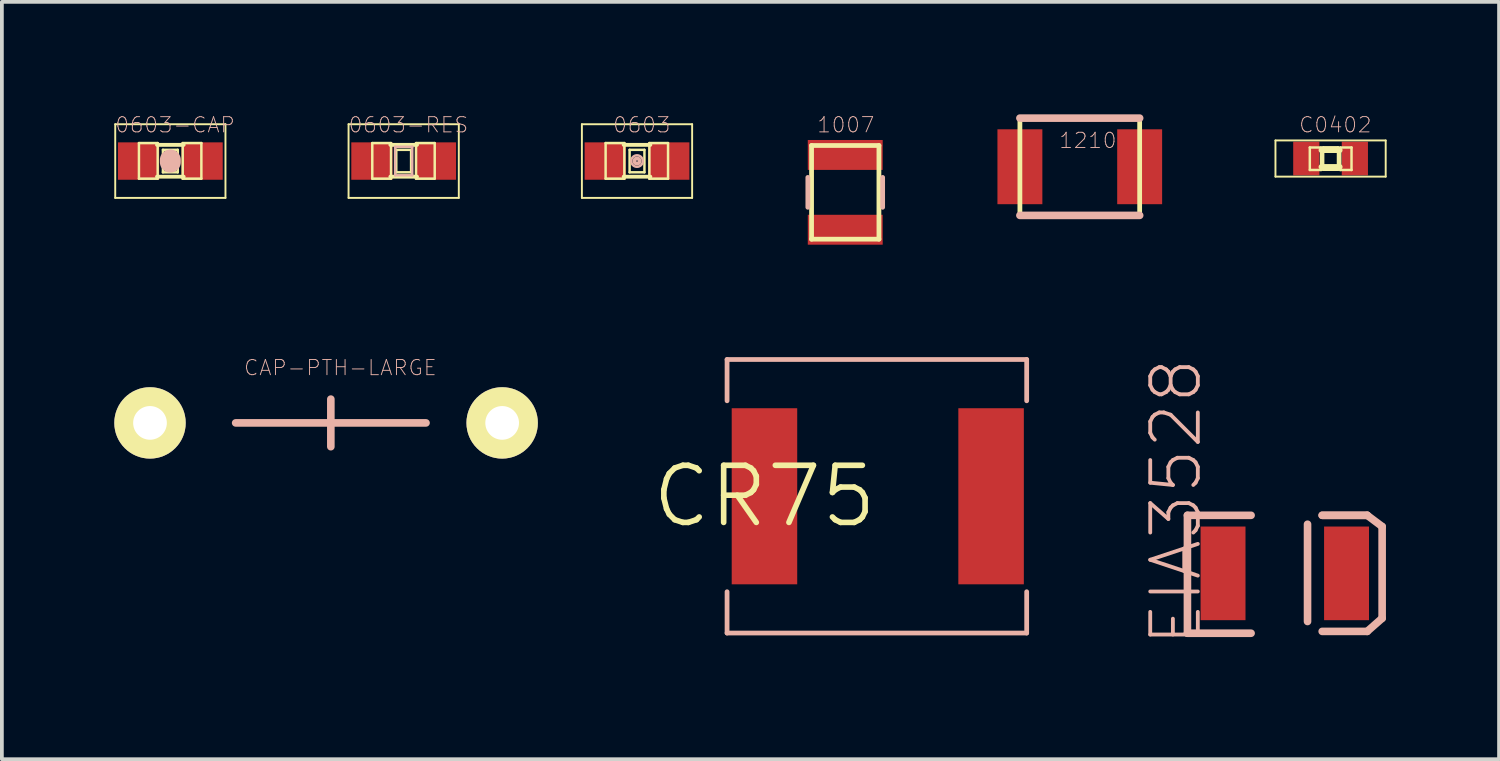
<source format=kicad_pcb>
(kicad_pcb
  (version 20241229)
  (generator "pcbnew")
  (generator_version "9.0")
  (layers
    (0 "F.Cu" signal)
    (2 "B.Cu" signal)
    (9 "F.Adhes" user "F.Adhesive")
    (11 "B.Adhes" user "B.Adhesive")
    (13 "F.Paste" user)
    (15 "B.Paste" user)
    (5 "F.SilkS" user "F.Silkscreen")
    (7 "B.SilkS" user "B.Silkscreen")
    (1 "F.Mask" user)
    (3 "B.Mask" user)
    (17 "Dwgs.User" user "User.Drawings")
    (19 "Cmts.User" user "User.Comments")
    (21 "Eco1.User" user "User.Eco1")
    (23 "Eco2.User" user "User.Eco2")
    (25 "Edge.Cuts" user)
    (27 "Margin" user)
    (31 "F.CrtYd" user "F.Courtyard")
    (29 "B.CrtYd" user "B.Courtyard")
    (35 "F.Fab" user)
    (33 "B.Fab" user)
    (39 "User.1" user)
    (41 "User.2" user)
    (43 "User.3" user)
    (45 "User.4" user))
  (footprint "1007"
    (layer "F.Cu")
    (at 19.507 2.083)
    (property "Reference" "1007" (at 0.015 -1.801 0) (layer "B.SilkS") (effects (font (size 0.406 0.406) (thickness 0.025))))
    (attr smd)
    (fp_line (start -0.899 -1.25) (end -0.899 1.25) (stroke (width 0.127) (type solid)) (layer "F.SilkS"))
    (fp_line (start -0.899 1.25) (end 0.899 1.25) (stroke (width 0.127) (type solid)) (layer "F.SilkS"))
    (fp_line (start 0.899 -1.25) (end -0.899 -1.25) (stroke (width 0.127) (type solid)) (layer "F.SilkS"))
    (fp_line (start 0.899 1.25) (end 0.899 -1.25) (stroke (width 0.127) (type solid)) (layer "F.SilkS"))
    (fp_line (start -0.998 0.399) (end -0.998 -0.399) (stroke (width 0.127) (type solid)) (layer "B.SilkS"))
    (fp_line (start 0.998 0.399) (end 0.998 -0.399) (stroke (width 0.127) (type solid)) (layer "B.SilkS"))
    (pad "1" smd rect (at 0 -0.998) (size 1.999 0.798) (layers "F.Cu" "F.Mask" "F.Paste"))
    (pad "2" smd rect (at 0 0.998) (size 1.999 0.798) (layers "F.Cu" "F.Mask" "F.Paste")))
  (footprint "CR75"
    (layer "F.Cu")
    (at 17.351 10.194)
    (property "Reference" "CR75" (at 0 0 0) (layer "F.SilkS") (effects (font (size 1.524 1.524) (thickness 0.15))))
    (attr smd)
    (fp_line (start -0.998 -3.65) (end -0.998 -2.548) (stroke (width 0.127) (type solid)) (layer "B.SilkS"))
    (fp_line (start -0.998 -3.65) (end 6.998 -3.65) (stroke (width 0.127) (type solid)) (layer "B.SilkS"))
    (fp_line (start -0.998 3.65) (end -0.998 2.548) (stroke (width 0.127) (type solid)) (layer "B.SilkS"))
    (fp_line (start -0.998 3.65) (end 6.998 3.65) (stroke (width 0.127) (type solid)) (layer "B.SilkS"))
    (fp_line (start 6.998 -3.65) (end 6.998 -2.548) (stroke (width 0.127) (type solid)) (layer "B.SilkS"))
    (fp_line (start 6.998 3.65) (end 6.998 2.548) (stroke (width 0.127) (type solid)) (layer "B.SilkS"))
    (pad "P$1" smd rect (at 0 0 90) (size 4.699 1.748) (layers "F.Cu" "F.Mask" "F.Paste"))
    (pad "P$2" smd rect (at 6.048 0 90) (size 4.699 1.748) (layers "F.Cu" "F.Mask" "F.Paste")))
  (footprint "0603"
    (layer "F.Cu")
    (at 13.95 1.248)
    (property "Reference" "0603" (at 0.127 -0.965 0) (layer "B.SilkS") (effects (font (size 0.406 0.406) (thickness 0.025))))
    (attr smd)
    (fp_line (start -1.471 -0.983) (end 1.471 -0.983) (stroke (width 0.051) (type solid)) (layer "F.SilkS"))
    (fp_line (start -1.471 0.983) (end -1.471 -0.983) (stroke (width 0.051) (type solid)) (layer "F.SilkS"))
    (fp_line (start -0.838 -0.48) (end -0.338 -0.48) (stroke (width 0.066) (type solid)) (layer "F.SilkS"))
    (fp_line (start -0.838 0.47) (end -0.838 -0.48) (stroke (width 0.066) (type solid)) (layer "F.SilkS"))
    (fp_line (start -0.838 0.47) (end -0.338 0.47) (stroke (width 0.066) (type solid)) (layer "F.SilkS"))
    (fp_line (start -0.356 -0.432) (end 0.356 -0.432) (stroke (width 0.102) (type solid)) (layer "F.SilkS"))
    (fp_line (start -0.356 0.417) (end 0.356 0.417) (stroke (width 0.102) (type solid)) (layer "F.SilkS"))
    (fp_line (start -0.338 0.47) (end -0.338 -0.48) (stroke (width 0.066) (type solid)) (layer "F.SilkS"))
    (fp_line (start -0.198 -0.3) (end 0.198 -0.3) (stroke (width 0.066) (type solid)) (layer "F.SilkS"))
    (fp_line (start -0.198 0.3) (end -0.198 -0.3) (stroke (width 0.066) (type solid)) (layer "F.SilkS"))
    (fp_line (start -0.198 0.3) (end 0.198 0.3) (stroke (width 0.066) (type solid)) (layer "F.SilkS"))
    (fp_line (start 0.198 0.3) (end 0.198 -0.3) (stroke (width 0.066) (type solid)) (layer "F.SilkS"))
    (fp_line (start 0.33 -0.48) (end 0.828 -0.48) (stroke (width 0.066) (type solid)) (layer "F.SilkS"))
    (fp_line (start 0.33 0.47) (end 0.33 -0.48) (stroke (width 0.066) (type solid)) (layer "F.SilkS"))
    (fp_line (start 0.33 0.47) (end 0.828 0.47) (stroke (width 0.066) (type solid)) (layer "F.SilkS"))
    (fp_line (start 0.828 0.47) (end 0.828 -0.48) (stroke (width 0.066) (type solid)) (layer "F.SilkS"))
    (fp_line (start 1.471 -0.983) (end 1.471 0.983) (stroke (width 0.051) (type solid)) (layer "F.SilkS"))
    (fp_line (start 1.471 0.983) (end -1.471 0.983) (stroke (width 0.051) (type solid)) (layer "F.SilkS"))
    (fp_circle (center 0 0) (end -0.109 0.109) (stroke (width 0.064) (type solid)) (fill no) (layer "B.SilkS"))
    (fp_circle (center 0 0) (end -0.064 0.064) (stroke (width 0.064) (type solid)) (fill no) (layer "B.SilkS"))
    (fp_circle (center 0 0) (end -0.013 0.013) (stroke (width 0.064) (type solid)) (fill no) (layer "B.SilkS"))
    (pad "1" smd rect (at -0.848 0) (size 1.1 0.998) (layers "F.Cu" "F.Mask" "F.Paste"))
    (pad "2" smd rect (at 0.848 0) (size 1.1 0.998) (layers "F.Cu" "F.Mask" "F.Paste")))
  (footprint "0603-RES"
    (layer "F.Cu")
    (at 7.723 1.248)
    (property "Reference" "0603-RES" (at 0.127 -0.965 0) (layer "B.SilkS") (effects (font (size 0.406 0.406) (thickness 0.025))))
    (attr smd)
    (fp_line (start -1.471 -0.983) (end 1.471 -0.983) (stroke (width 0.051) (type solid)) (layer "F.SilkS"))
    (fp_line (start -1.471 0.983) (end -1.471 -0.983) (stroke (width 0.051) (type solid)) (layer "F.SilkS"))
    (fp_line (start -0.838 -0.48) (end -0.338 -0.48) (stroke (width 0.066) (type solid)) (layer "F.SilkS"))
    (fp_line (start -0.838 0.47) (end -0.838 -0.48) (stroke (width 0.066) (type solid)) (layer "F.SilkS"))
    (fp_line (start -0.838 0.47) (end -0.338 0.47) (stroke (width 0.066) (type solid)) (layer "F.SilkS"))
    (fp_line (start -0.356 -0.432) (end 0.356 -0.432) (stroke (width 0.102) (type solid)) (layer "F.SilkS"))
    (fp_line (start -0.356 0.417) (end 0.356 0.417) (stroke (width 0.102) (type solid)) (layer "F.SilkS"))
    (fp_line (start -0.338 0.47) (end -0.338 -0.48) (stroke (width 0.066) (type solid)) (layer "F.SilkS"))
    (fp_line (start -0.198 -0.3) (end 0.198 -0.3) (stroke (width 0.066) (type solid)) (layer "F.SilkS"))
    (fp_line (start -0.198 0.3) (end -0.198 -0.3) (stroke (width 0.066) (type solid)) (layer "F.SilkS"))
    (fp_line (start -0.198 0.3) (end 0.198 0.3) (stroke (width 0.066) (type solid)) (layer "F.SilkS"))
    (fp_line (start 0.198 0.3) (end 0.198 -0.3) (stroke (width 0.066) (type solid)) (layer "F.SilkS"))
    (fp_line (start 0.33 -0.48) (end 0.828 -0.48) (stroke (width 0.066) (type solid)) (layer "F.SilkS"))
    (fp_line (start 0.33 0.47) (end 0.33 -0.48) (stroke (width 0.066) (type solid)) (layer "F.SilkS"))
    (fp_line (start 0.33 0.47) (end 0.828 0.47) (stroke (width 0.066) (type solid)) (layer "F.SilkS"))
    (fp_line (start 0.828 0.47) (end 0.828 -0.48) (stroke (width 0.066) (type solid)) (layer "F.SilkS"))
    (fp_line (start 1.471 -0.983) (end 1.471 0.983) (stroke (width 0.051) (type solid)) (layer "F.SilkS"))
    (fp_line (start 1.471 0.983) (end -1.471 0.983) (stroke (width 0.051) (type solid)) (layer "F.SilkS"))
    (fp_line (start -0.229 -0.381) (end 0.229 -0.381) (stroke (width 0.066) (type solid)) (layer "B.SilkS"))
    (fp_line (start -0.229 0.381) (end -0.229 -0.381) (stroke (width 0.066) (type solid)) (layer "B.SilkS"))
    (fp_line (start -0.229 0.381) (end 0.229 0.381) (stroke (width 0.066) (type solid)) (layer "B.SilkS"))
    (fp_line (start 0.229 0.381) (end 0.229 -0.381) (stroke (width 0.066) (type solid)) (layer "B.SilkS"))
    (pad "1" smd rect (at -0.848 0) (size 1.1 0.998) (layers "F.Cu" "F.Mask" "F.Paste"))
    (pad "2" smd rect (at 0.848 0) (size 1.1 0.998) (layers "F.Cu" "F.Mask" "F.Paste")))
  (footprint "0603-CAP"
    (layer "F.Cu")
    (at 1.496 1.248)
    (property "Reference" "0603-CAP" (at 0.127 -0.965 0) (layer "B.SilkS") (effects (font (size 0.406 0.406) (thickness 0.025))))
    (attr smd)
    (fp_line (start -1.471 -0.983) (end 1.471 -0.983) (stroke (width 0.051) (type solid)) (layer "F.SilkS"))
    (fp_line (start -1.471 0.983) (end -1.471 -0.983) (stroke (width 0.051) (type solid)) (layer "F.SilkS"))
    (fp_line (start -0.838 -0.48) (end -0.338 -0.48) (stroke (width 0.066) (type solid)) (layer "F.SilkS"))
    (fp_line (start -0.838 0.47) (end -0.838 -0.48) (stroke (width 0.066) (type solid)) (layer "F.SilkS"))
    (fp_line (start -0.838 0.47) (end -0.338 0.47) (stroke (width 0.066) (type solid)) (layer "F.SilkS"))
    (fp_line (start -0.356 -0.432) (end 0.356 -0.432) (stroke (width 0.102) (type solid)) (layer "F.SilkS"))
    (fp_line (start -0.356 0.417) (end 0.356 0.417) (stroke (width 0.102) (type solid)) (layer "F.SilkS"))
    (fp_line (start -0.338 0.47) (end -0.338 -0.48) (stroke (width 0.066) (type solid)) (layer "F.SilkS"))
    (fp_line (start -0.198 -0.3) (end 0.198 -0.3) (stroke (width 0.066) (type solid)) (layer "F.SilkS"))
    (fp_line (start -0.198 0.3) (end -0.198 -0.3) (stroke (width 0.066) (type solid)) (layer "F.SilkS"))
    (fp_line (start -0.198 0.3) (end 0.198 0.3) (stroke (width 0.066) (type solid)) (layer "F.SilkS"))
    (fp_line (start 0.198 0.3) (end 0.198 -0.3) (stroke (width 0.066) (type solid)) (layer "F.SilkS"))
    (fp_line (start 0.33 -0.48) (end 0.828 -0.48) (stroke (width 0.066) (type solid)) (layer "F.SilkS"))
    (fp_line (start 0.33 0.47) (end 0.33 -0.48) (stroke (width 0.066) (type solid)) (layer "F.SilkS"))
    (fp_line (start 0.33 0.47) (end 0.828 0.47) (stroke (width 0.066) (type solid)) (layer "F.SilkS"))
    (fp_line (start 0.828 0.47) (end 0.828 -0.48) (stroke (width 0.066) (type solid)) (layer "F.SilkS"))
    (fp_line (start 1.471 -0.983) (end 1.471 0.983) (stroke (width 0.051) (type solid)) (layer "F.SilkS"))
    (fp_line (start 1.471 0.983) (end -1.471 0.983) (stroke (width 0.051) (type solid)) (layer "F.SilkS"))
    (fp_line (start 0 -0.03) (end 0 0.03) (stroke (width 0.559) (type solid)) (layer "B.SilkS"))
    (pad "1" smd rect (at -0.848 0) (size 1.1 0.998) (layers "F.Cu" "F.Mask" "F.Paste"))
    (pad "2" smd rect (at 0.848 0) (size 1.1 0.998) (layers "F.Cu" "F.Mask" "F.Paste")))
  (footprint "EIA3528"
    (layer "F.Cu")
    (at 31.237 12.251)
    (property "Reference" "EIA3528" (at -2.903 -1.905 90) (layer "B.SilkS") (effects (font (size 1.27 1.27) (thickness 0.102))))
    (attr smd)
    (fp_line (start -2.598 -1.549) (end -0.899 -1.549) (stroke (width 0.203) (type solid)) (layer "B.SilkS"))
    (fp_line (start -2.598 1.598) (end -2.598 -1.549) (stroke (width 0.203) (type solid)) (layer "B.SilkS"))
    (fp_line (start -0.899 1.598) (end -2.598 1.598) (stroke (width 0.203) (type solid)) (layer "B.SilkS"))
    (fp_line (start 0.607 -1.311) (end 0.607 1.285) (stroke (width 0.203) (type solid)) (layer "B.SilkS"))
    (fp_line (start 0.998 1.549) (end 2.2 1.549) (stroke (width 0.203) (type solid)) (layer "B.SilkS"))
    (fp_line (start 2.2 -1.549) (end 0.998 -1.549) (stroke (width 0.203) (type solid)) (layer "B.SilkS"))
    (fp_line (start 2.2 -1.549) (end 0.998 -1.549) (stroke (width 0.203) (type solid)) (layer "B.SilkS"))
    (fp_line (start 2.2 1.549) (end 2.598 1.199) (stroke (width 0.203) (type solid)) (layer "B.SilkS"))
    (fp_line (start 2.598 -1.25) (end 2.2 -1.549) (stroke (width 0.203) (type solid)) (layer "B.SilkS"))
    (fp_line (start 2.598 1.199) (end 2.598 -1.25) (stroke (width 0.203) (type solid)) (layer "B.SilkS"))
    (pad "A" smd rect (at 1.648 0 90) (size 2.499 1.199) (layers "F.Cu" "F.Mask" "F.Paste"))
    (pad "C" smd rect (at -1.648 0 90) (size 2.499 1.199) (layers "F.Cu" "F.Mask" "F.Paste")))
  (footprint "1210"
    (layer "F.Cu")
    (at 25.766 1.4)
    (property "Reference" "1210" (at 0.216 -0.701 0) (layer "B.SilkS") (effects (font (size 0.406 0.406) (thickness 0.025))))
    (attr smd)
    (fp_line (start -1.598 -1.298) (end 1.598 -1.298) (stroke (width 0.127) (type solid)) (layer "F.SilkS"))
    (fp_line (start -1.598 1.298) (end -1.598 -1.298) (stroke (width 0.127) (type solid)) (layer "F.SilkS"))
    (fp_line (start 1.598 -1.298) (end 1.598 1.298) (stroke (width 0.127) (type solid)) (layer "F.SilkS"))
    (fp_line (start 1.598 1.298) (end -1.598 1.298) (stroke (width 0.127) (type solid)) (layer "F.SilkS"))
    (fp_line (start -1.598 -1.298) (end 1.598 -1.298) (stroke (width 0.203) (type solid)) (layer "B.SilkS"))
    (fp_line (start -1.598 1.298) (end 1.598 1.298) (stroke (width 0.203) (type solid)) (layer "B.SilkS"))
    (pad "1" smd rect (at -1.598 0) (size 1.199 1.999) (layers "F.Cu" "F.Mask" "F.Paste"))
    (pad "2" smd rect (at 1.598 0) (size 1.199 1.999) (layers "F.Cu" "F.Mask" "F.Paste")))
  (footprint "C0402"
    (layer "F.Cu")
    (at 32.459 1.181)
    (property "Reference" "C0402" (at 0.127 -0.899 0) (layer "B.SilkS") (effects (font (size 0.406 0.406) (thickness 0.025))))
    (attr smd)
    (fp_line (start -1.471 -0.483) (end 1.471 -0.483) (stroke (width 0.051) (type solid)) (layer "F.SilkS"))
    (fp_line (start -1.471 0.483) (end -1.471 -0.483) (stroke (width 0.051) (type solid)) (layer "F.SilkS"))
    (fp_line (start -0.554 -0.295) (end -0.254 -0.295) (stroke (width 0.066) (type solid)) (layer "F.SilkS"))
    (fp_line (start -0.554 0.305) (end -0.554 -0.295) (stroke (width 0.066) (type solid)) (layer "F.SilkS"))
    (fp_line (start -0.554 0.305) (end -0.254 0.305) (stroke (width 0.066) (type solid)) (layer "F.SilkS"))
    (fp_line (start -0.254 0.305) (end -0.254 -0.295) (stroke (width 0.066) (type solid)) (layer "F.SilkS"))
    (fp_line (start -0.244 -0.224) (end 0.244 -0.224) (stroke (width 0.152) (type solid)) (layer "F.SilkS"))
    (fp_line (start -0.198 -0.3) (end 0.198 -0.3) (stroke (width 0.066) (type solid)) (layer "F.SilkS"))
    (fp_line (start -0.198 0.3) (end -0.198 -0.3) (stroke (width 0.066) (type solid)) (layer "F.SilkS"))
    (fp_line (start -0.198 0.3) (end 0.198 0.3) (stroke (width 0.066) (type solid)) (layer "F.SilkS"))
    (fp_line (start 0.198 0.3) (end 0.198 -0.3) (stroke (width 0.066) (type solid)) (layer "F.SilkS"))
    (fp_line (start 0.244 0.224) (end -0.244 0.224) (stroke (width 0.152) (type solid)) (layer "F.SilkS"))
    (fp_line (start 0.257 -0.295) (end 0.559 -0.295) (stroke (width 0.066) (type solid)) (layer "F.SilkS"))
    (fp_line (start 0.257 0.305) (end 0.257 -0.295) (stroke (width 0.066) (type solid)) (layer "F.SilkS"))
    (fp_line (start 0.257 0.305) (end 0.559 0.305) (stroke (width 0.066) (type solid)) (layer "F.SilkS"))
    (fp_line (start 0.559 0.305) (end 0.559 -0.295) (stroke (width 0.066) (type solid)) (layer "F.SilkS"))
    (fp_line (start 1.471 -0.483) (end 1.471 0.483) (stroke (width 0.051) (type solid)) (layer "F.SilkS"))
    (fp_line (start 1.471 0.483) (end -1.471 0.483) (stroke (width 0.051) (type solid)) (layer "F.SilkS"))
    (pad "1" smd rect (at -0.648 0) (size 0.699 0.899) (layers "F.Cu" "F.Mask" "F.Paste"))
    (pad "2" smd rect (at 0.648 0) (size 0.699 0.899) (layers "F.Cu" "F.Mask" "F.Paste")))
  (footprint "CAP-PTH-LARGE"
    (layer "F.Cu")
    (at 5.779 8.236)
    (property "Reference" "CAP-PTH-LARGE" (at 0.254 -1.473 0) (layer "B.SilkS") (effects (font (size 0.406 0.406) (thickness 0.025))))
    (attr exclude_from_pos_files exclude_from_bom)
    (fp_line (start 0 -0.635) (end 0 0) (stroke (width 0.203) (type solid)) (layer "B.SilkS"))
    (fp_line (start 0 0) (end -2.54 0) (stroke (width 0.203) (type solid)) (layer "B.SilkS"))
    (fp_line (start 0 0) (end 0 0.635) (stroke (width 0.203) (type solid)) (layer "B.SilkS"))
    (fp_line (start 0 0) (end 2.54 0) (stroke (width 0.203) (type solid)) (layer "B.SilkS"))
    (pad "1" thru_hole circle (at -4.826 0) (size 1.905 1.905) (drill 0.899) (layers "*.Cu" "F.Mask" "F.SilkS" "F.Paste"))
    (pad "2" thru_hole circle (at 4.572 0) (size 1.905 1.905) (drill 0.899) (layers "*.Cu" "F.Mask" "F.SilkS" "F.Paste")))
  (gr_rect
    (start -3 -3)
    (end 36.955 17.211)
    (stroke (width 0.1) (type default))
    (fill no)
    (layer "Edge.Cuts")))
</source>
